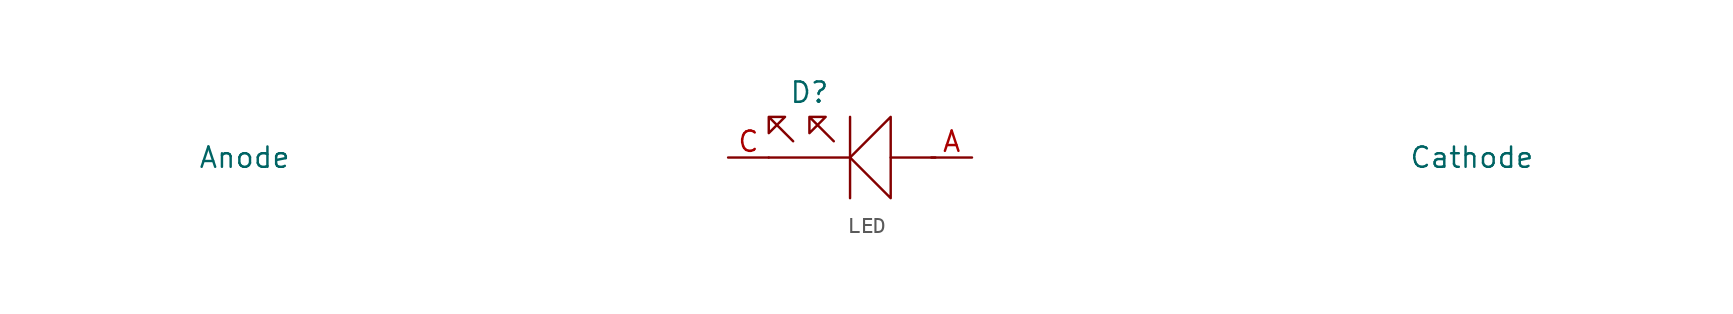
<source format=kicad_sym>
(kicad_symbol_lib
  (version 20220914)
  (generator kicad_symbol_editor)
  (symbol "LED"
    (pin_names
      (offset 40))
    (property "Reference" "D"
      (at 0 4.064 0)
      (effects (font (size 1.27 1.27))))
    (property "Value" ""
      (at 0 0 0)
      (effects (font (size 1.27 1.27))))
    (symbol "LED_0_1"
      (polyline (pts (xy 5.08 0) (xy 7.62 0) (xy 7.874 0)) (stroke (width 0) (type default)) (fill (type none)))
      (polyline (pts (xy -2.54 0) (xy 2.54 0) (xy 2.54 2.54) (xy 2.54 -2.54)) (stroke (width 0) (type default)) (fill (type none)))
      (polyline (pts (xy 5.08 2.54) (xy 5.08 -2.54) (xy 2.54 0) (xy 5.08 2.54)) (stroke (width 0) (type default)) (fill (type none)))
      (polyline (pts (xy -2.54 2.54) (xy -1.524 2.54) (xy -2.54 1.524) (xy -2.54 2.54) (xy -1.016 1.016)) (stroke (width 0) (type default)) (fill (type none)))
      (polyline (pts (xy 0 2.54) (xy 1.016 2.54) (xy 0 1.524) (xy 0 2.54) (xy 1.524 1.016)) (stroke (width 0) (type default)) (fill (type none))))
    (symbol "LED_1_1"
      (pin passive line (at 10.16 0 180) (length 2.54) (name "Anode" (effects (font (size 1.27 1.27)))) (number "A" (effects (font (size 1.27 1.27)))))
      (pin passive line (at -5.08 0 0) (length 2.54) (name "Cathode" (effects (font (size 1.27 1.27)))) (number "C" (effects (font (size 1.27 1.27))))))))
</source>
